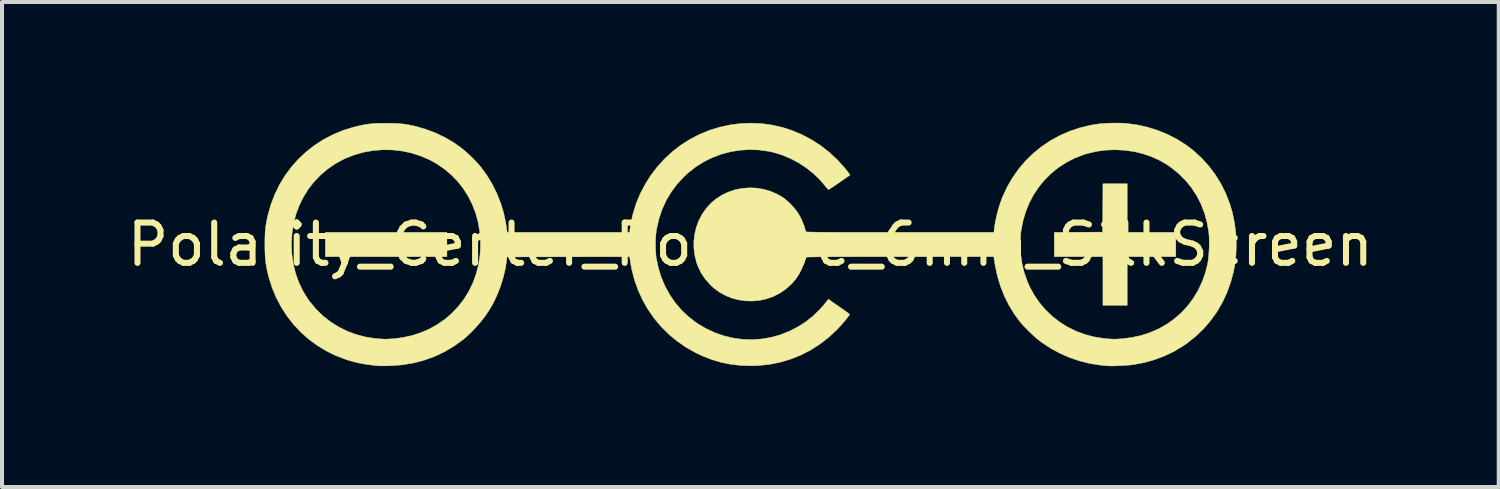
<source format=kicad_pcb>
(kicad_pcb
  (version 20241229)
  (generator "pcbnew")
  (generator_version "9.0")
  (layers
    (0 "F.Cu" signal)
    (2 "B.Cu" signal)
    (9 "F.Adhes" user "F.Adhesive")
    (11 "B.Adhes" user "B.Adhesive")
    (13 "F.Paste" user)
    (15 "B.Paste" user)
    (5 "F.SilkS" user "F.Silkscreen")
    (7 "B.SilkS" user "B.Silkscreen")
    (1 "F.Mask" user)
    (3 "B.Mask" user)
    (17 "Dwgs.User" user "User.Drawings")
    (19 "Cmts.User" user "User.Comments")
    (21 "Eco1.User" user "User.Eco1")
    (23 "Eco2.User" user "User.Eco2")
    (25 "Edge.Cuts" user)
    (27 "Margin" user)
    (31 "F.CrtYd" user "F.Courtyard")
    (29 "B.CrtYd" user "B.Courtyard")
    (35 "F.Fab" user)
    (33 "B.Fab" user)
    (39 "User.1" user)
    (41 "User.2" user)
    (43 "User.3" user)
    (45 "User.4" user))
  (footprint "Polarity_Center_Positive_6mm_SilkScreen"
    (layer "F.Cu")
    (at 15.577 3.02)
    (property "Reference" "Polarity_Center_Positive_6mm_SilkScreen" (at 0 0 0) (layer "F.SilkS") (effects (font (size 1 1) (thickness 0.15))))
    (attr board_only exclude_from_pos_files exclude_from_bom allow_missing_courtyard)
    (fp_poly (pts (xy -7.532 0.302) (xy -10.55 0.302) (xy -10.55 -0.302) (xy -7.532 -0.302) (xy -7.532 0.302)) (stroke (width 0.01) (type solid)) (fill yes) (layer "F.SilkS"))
    (fp_poly (pts (xy 9.355 -0.302) (xy 10.562 -0.302) (xy 10.562 0.302) (xy 9.355 0.302) (xy 9.355 1.509) (xy 8.752 1.509) (xy 8.752 0.302) (xy 7.545 0.302) (xy 7.545 -0.302) (xy 8.145 -0.305) (xy 8.745 -0.308) (xy 8.749 -0.908) (xy 8.752 -1.509) (xy 9.355 -1.509) (xy 9.355 -0.302)) (stroke (width 0.01) (type solid)) (fill yes) (layer "F.SilkS"))
    (fp_poly (pts (xy 9.175 -3.015) (xy 9.284 -3.01) (xy 9.337 -3.006) (xy 9.605 -2.97) (xy 9.869 -2.911) (xy 10.125 -2.829) (xy 10.371 -2.727) (xy 10.606 -2.605) (xy 10.827 -2.464) (xy 11.002 -2.329) (xy 11.202 -2.146) (xy 11.382 -1.947) (xy 11.543 -1.733) (xy 11.684 -1.505) (xy 11.803 -1.264) (xy 11.901 -1.012) (xy 11.965 -0.798) (xy 12.018 -0.544) (xy 12.052 -0.282) (xy 12.064 -0.017) (xy 12.056 0.245) (xy 12.027 0.501) (xy 11.995 0.671) (xy 11.923 0.94) (xy 11.83 1.197) (xy 11.715 1.442) (xy 11.581 1.673) (xy 11.426 1.889) (xy 11.252 2.091) (xy 11.06 2.275) (xy 10.85 2.443) (xy 10.762 2.505) (xy 10.53 2.646) (xy 10.288 2.764) (xy 10.035 2.859) (xy 9.771 2.933) (xy 9.515 2.981) (xy 9.451 2.989) (xy 9.371 2.996) (xy 9.282 3.002) (xy 9.188 3.008) (xy 9.095 3.011) (xy 9.008 3.014) (xy 8.933 3.014) (xy 8.874 3.012) (xy 8.852 3.011) (xy 8.821 3.007) (xy 8.773 3.002) (xy 8.714 2.996) (xy 8.676 2.992) (xy 8.428 2.954) (xy 8.179 2.892) (xy 7.933 2.809) (xy 7.695 2.706) (xy 7.466 2.583) (xy 7.252 2.443) (xy 7.123 2.345) (xy 7.041 2.274) (xy 6.951 2.191) (xy 6.861 2.1) (xy 6.775 2.011) (xy 6.703 1.928) (xy 6.694 1.918) (xy 6.548 1.719) (xy 6.417 1.503) (xy 6.303 1.273) (xy 6.208 1.031) (xy 6.132 0.78) (xy 6.077 0.523) (xy 6.066 0.456) (xy 6.044 0.302) (xy 3.713 0.302) (xy 3.419 0.302) (xy 3.148 0.302) (xy 2.901 0.302) (xy 2.677 0.302) (xy 2.474 0.303) (xy 2.291 0.303) (xy 2.129 0.304) (xy 1.985 0.304) (xy 1.859 0.305) (xy 1.749 0.306) (xy 1.656 0.307) (xy 1.578 0.308) (xy 1.515 0.309) (xy 1.464 0.31) (xy 1.426 0.312) (xy 1.4 0.313) (xy 1.384 0.315) (xy 1.378 0.317) (xy 1.378 0.318) (xy 1.327 0.476) (xy 1.271 0.615) (xy 1.207 0.737) (xy 1.133 0.848) (xy 1.046 0.953) (xy 1.007 0.994) (xy 0.871 1.113) (xy 0.724 1.212) (xy 0.567 1.291) (xy 0.402 1.349) (xy 0.232 1.386) (xy 0.058 1.403) (xy -0.115 1.399) (xy -0.288 1.375) (xy -0.456 1.331) (xy -0.618 1.266) (xy -0.772 1.18) (xy -0.915 1.074) (xy -0.997 0.997) (xy -1.119 0.858) (xy -1.218 0.712) (xy -1.295 0.557) (xy -1.327 0.473) (xy -1.375 0.291) (xy -1.4 0.108) (xy -1.402 0.004) (xy 6.702 0.004) (xy 6.713 0.248) (xy 6.745 0.48) (xy 6.8 0.704) (xy 6.878 0.922) (xy 6.935 1.05) (xy 7.048 1.258) (xy 7.181 1.45) (xy 7.331 1.626) (xy 7.498 1.785) (xy 7.681 1.926) (xy 7.877 2.048) (xy 8.086 2.151) (xy 8.306 2.233) (xy 8.536 2.293) (xy 8.775 2.331) (xy 8.915 2.343) (xy 8.96 2.346) (xy 9 2.348) (xy 9.016 2.349) (xy 9.04 2.349) (xy 9.083 2.347) (xy 9.14 2.344) (xy 9.205 2.34) (xy 9.219 2.339) (xy 9.466 2.309) (xy 9.703 2.257) (xy 9.929 2.183) (xy 10.143 2.089) (xy 10.343 1.975) (xy 10.53 1.841) (xy 10.702 1.69) (xy 10.857 1.522) (xy 10.995 1.337) (xy 11.115 1.137) (xy 11.216 0.923) (xy 11.297 0.695) (xy 11.349 0.49) (xy 11.365 0.396) (xy 11.377 0.284) (xy 11.386 0.16) (xy 11.391 0.033) (xy 11.392 -0.091) (xy 11.388 -0.205) (xy 11.38 -0.298) (xy 11.338 -0.545) (xy 11.274 -0.779) (xy 11.188 -1.002) (xy 11.08 -1.212) (xy 10.952 -1.409) (xy 10.803 -1.592) (xy 10.634 -1.76) (xy 10.445 -1.913) (xy 10.361 -1.971) (xy 10.169 -2.085) (xy 9.963 -2.179) (xy 9.747 -2.253) (xy 9.522 -2.307) (xy 9.291 -2.34) (xy 9.058 -2.352) (xy 8.824 -2.343) (xy 8.592 -2.312) (xy 8.366 -2.259) (xy 8.274 -2.231) (xy 8.05 -2.144) (xy 7.841 -2.036) (xy 7.645 -1.909) (xy 7.465 -1.764) (xy 7.302 -1.601) (xy 7.156 -1.423) (xy 7.028 -1.23) (xy 6.92 -1.024) (xy 6.832 -0.805) (xy 6.765 -0.575) (xy 6.72 -0.335) (xy 6.715 -0.302) (xy 6.711 -0.25) (xy 6.707 -0.181) (xy 6.704 -0.103) (xy 6.702 -0.023) (xy 6.702 0.004) (xy -1.402 0.004) (xy -1.403 -0.074) (xy -1.383 -0.253) (xy -1.342 -0.427) (xy -1.28 -0.594) (xy -1.198 -0.751) (xy -1.096 -0.896) (xy -0.976 -1.028) (xy -0.864 -1.124) (xy -0.713 -1.223) (xy -0.551 -1.302) (xy -0.381 -1.359) (xy -0.205 -1.394) (xy -0.025 -1.408) (xy 0.154 -1.401) (xy 0.332 -1.371) (xy 0.506 -1.32) (xy 0.673 -1.247) (xy 0.811 -1.166) (xy 0.853 -1.135) (xy 0.904 -1.092) (xy 0.957 -1.045) (xy 0.99 -1.014) (xy 1.099 -0.897) (xy 1.19 -0.771) (xy 1.267 -0.632) (xy 1.33 -0.478) (xy 1.378 -0.318) (xy 1.383 -0.316) (xy 1.398 -0.314) (xy 1.423 -0.312) (xy 1.459 -0.311) (xy 1.508 -0.309) (xy 1.57 -0.308) (xy 1.646 -0.307) (xy 1.737 -0.306) (xy 1.845 -0.305) (xy 1.969 -0.304) (xy 2.11 -0.304) (xy 2.271 -0.303) (xy 2.451 -0.303) (xy 2.651 -0.302) (xy 2.873 -0.302) (xy 3.117 -0.302) (xy 3.384 -0.302) (xy 3.676 -0.302) (xy 6.046 -0.302) (xy 6.054 -0.38) (xy 6.077 -0.538) (xy 6.112 -0.707) (xy 6.157 -0.879) (xy 6.208 -1.044) (xy 6.257 -1.174) (xy 6.371 -1.422) (xy 6.506 -1.655) (xy 6.659 -1.873) (xy 6.83 -2.075) (xy 7.018 -2.259) (xy 7.221 -2.425) (xy 7.44 -2.573) (xy 7.672 -2.701) (xy 7.917 -2.809) (xy 8.173 -2.896) (xy 8.44 -2.961) (xy 8.593 -2.987) (xy 8.689 -2.999) (xy 8.803 -3.007) (xy 8.927 -3.013) (xy 9.053 -3.015) (xy 9.175 -3.015)) (stroke (width 0.01) (type solid)) (fill yes) (layer "F.SilkS"))
    (fp_poly (pts (xy 0.284 -3.001) (xy 0.547 -2.965) (xy 0.807 -2.905) (xy 1.012 -2.839) (xy 1.268 -2.734) (xy 1.512 -2.606) (xy 1.744 -2.457) (xy 1.961 -2.288) (xy 2.163 -2.1) (xy 2.349 -1.893) (xy 2.443 -1.772) (xy 2.477 -1.727) (xy 2.217 -1.546) (xy 2.145 -1.496) (xy 2.079 -1.452) (xy 2.023 -1.414) (xy 1.98 -1.386) (xy 1.951 -1.369) (xy 1.941 -1.364) (xy 1.927 -1.374) (xy 1.903 -1.398) (xy 1.876 -1.432) (xy 1.733 -1.602) (xy 1.57 -1.759) (xy 1.391 -1.902) (xy 1.198 -2.028) (xy 0.995 -2.136) (xy 0.783 -2.224) (xy 0.568 -2.289) (xy 0.458 -2.313) (xy 0.217 -2.347) (xy -0.023 -2.356) (xy -0.261 -2.341) (xy -0.494 -2.303) (xy -0.722 -2.242) (xy -0.943 -2.159) (xy -1.154 -2.055) (xy -1.354 -1.929) (xy -1.542 -1.782) (xy -1.66 -1.672) (xy -1.826 -1.49) (xy -1.969 -1.296) (xy -2.091 -1.09) (xy -2.191 -0.872) (xy -2.268 -0.641) (xy -2.324 -0.398) (xy -2.334 -0.34) (xy -2.346 -0.243) (xy -2.352 -0.129) (xy -2.355 -0.007) (xy -2.353 0.115) (xy -2.347 0.229) (xy -2.336 0.328) (xy -2.334 0.338) (xy -2.284 0.58) (xy -2.212 0.813) (xy -2.118 1.035) (xy -2.003 1.244) (xy -1.869 1.44) (xy -1.716 1.62) (xy -1.545 1.784) (xy -1.356 1.931) (xy -1.308 1.964) (xy -1.098 2.088) (xy -0.88 2.189) (xy -0.654 2.267) (xy -0.423 2.322) (xy -0.189 2.354) (xy 0.047 2.361) (xy 0.283 2.344) (xy 0.518 2.304) (xy 0.735 2.244) (xy 0.963 2.155) (xy 1.178 2.045) (xy 1.381 1.915) (xy 1.569 1.764) (xy 1.741 1.595) (xy 1.845 1.474) (xy 1.938 1.357) (xy 1.997 1.399) (xy 2.026 1.42) (xy 2.071 1.451) (xy 2.128 1.491) (xy 2.193 1.536) (xy 2.26 1.583) (xy 2.323 1.627) (xy 2.378 1.666) (xy 2.422 1.698) (xy 2.451 1.72) (xy 2.464 1.732) (xy 2.465 1.732) (xy 2.457 1.749) (xy 2.434 1.781) (xy 2.401 1.825) (xy 2.359 1.877) (xy 2.311 1.934) (xy 2.261 1.993) (xy 2.21 2.049) (xy 2.162 2.1) (xy 2.144 2.118) (xy 1.941 2.307) (xy 1.724 2.474) (xy 1.496 2.62) (xy 1.257 2.743) (xy 1.009 2.843) (xy 0.751 2.92) (xy 0.486 2.974) (xy 0.214 3.004) (xy 0.013 3.01) (xy -0.244 3.001) (xy -0.486 2.974) (xy -0.719 2.927) (xy -0.947 2.86) (xy -1.175 2.772) (xy -1.349 2.691) (xy -1.587 2.558) (xy -1.811 2.404) (xy -2.02 2.232) (xy -2.212 2.041) (xy -2.386 1.834) (xy -2.541 1.611) (xy -2.676 1.374) (xy -2.789 1.127) (xy -2.878 0.876) (xy -2.944 0.619) (xy -2.97 0.477) (xy -2.998 0.302) (xy -6.042 0.308) (xy -6.051 0.396) (xy -6.084 0.609) (xy -6.137 0.829) (xy -6.207 1.05) (xy -6.292 1.265) (xy -6.39 1.469) (xy -6.494 1.647) (xy -6.592 1.789) (xy -6.704 1.931) (xy -6.825 2.07) (xy -6.95 2.199) (xy -7.074 2.313) (xy -7.133 2.362) (xy -7.359 2.524) (xy -7.594 2.663) (xy -7.838 2.778) (xy -8.093 2.871) (xy -8.357 2.94) (xy -8.631 2.986) (xy -8.914 3.009) (xy -8.972 3.01) (xy -9.049 3.012) (xy -9.12 3.012) (xy -9.181 3.012) (xy -9.227 3.012) (xy -9.248 3.01) (xy -9.419 2.991) (xy -9.571 2.969) (xy -9.71 2.943) (xy -9.843 2.912) (xy -9.976 2.874) (xy -10.041 2.853) (xy -10.291 2.758) (xy -10.529 2.641) (xy -10.754 2.504) (xy -10.965 2.349) (xy -11.161 2.175) (xy -11.34 1.984) (xy -11.501 1.777) (xy -11.644 1.556) (xy -11.768 1.322) (xy -11.871 1.075) (xy -11.953 0.817) (xy -11.97 0.752) (xy -11.995 0.641) (xy -12.015 0.541) (xy -12.03 0.446) (xy -12.041 0.351) (xy -12.047 0.249) (xy -12.051 0.134) (xy -12.052 0) (xy -12.052 -0.006) (xy -11.392 -0.006) (xy -11.381 0.243) (xy -11.346 0.486) (xy -11.288 0.719) (xy -11.208 0.942) (xy -11.106 1.155) (xy -10.982 1.356) (xy -10.929 1.429) (xy -10.776 1.61) (xy -10.607 1.774) (xy -10.423 1.918) (xy -10.225 2.043) (xy -10.015 2.148) (xy -9.794 2.231) (xy -9.565 2.292) (xy -9.33 2.33) (xy -9.236 2.338) (xy -9.177 2.342) (xy -9.126 2.346) (xy -9.088 2.348) (xy -9.072 2.349) (xy -9.051 2.349) (xy -9.01 2.347) (xy -8.955 2.344) (xy -8.89 2.34) (xy -8.872 2.339) (xy -8.627 2.309) (xy -8.393 2.257) (xy -8.169 2.184) (xy -7.956 2.09) (xy -7.757 1.977) (xy -7.571 1.846) (xy -7.401 1.698) (xy -7.246 1.533) (xy -7.108 1.354) (xy -6.989 1.16) (xy -6.888 0.954) (xy -6.808 0.735) (xy -6.749 0.505) (xy -6.712 0.266) (xy -6.704 0.17) (xy -6.699 -0.079) (xy -6.718 -0.322) (xy -6.759 -0.557) (xy -6.821 -0.784) (xy -6.905 -1) (xy -7.009 -1.206) (xy -7.133 -1.399) (xy -7.276 -1.578) (xy -7.437 -1.742) (xy -7.616 -1.89) (xy -7.812 -2.021) (xy -7.966 -2.104) (xy -8.185 -2.199) (xy -8.412 -2.272) (xy -8.646 -2.321) (xy -8.883 -2.348) (xy -9.122 -2.352) (xy -9.361 -2.333) (xy -9.596 -2.292) (xy -9.826 -2.227) (xy -10.048 -2.14) (xy -10.094 -2.119) (xy -10.304 -2.005) (xy -10.497 -1.872) (xy -10.674 -1.722) (xy -10.833 -1.555) (xy -10.974 -1.374) (xy -11.096 -1.178) (xy -11.198 -0.97) (xy -11.28 -0.751) (xy -11.339 -0.522) (xy -11.377 -0.285) (xy -11.392 -0.039) (xy -11.392 -0.006) (xy -12.052 -0.006) (xy -12.051 -0.134) (xy -12.048 -0.249) (xy -12.041 -0.351) (xy -12.031 -0.446) (xy -12.016 -0.541) (xy -11.996 -0.641) (xy -11.975 -0.736) (xy -11.901 -0.997) (xy -11.805 -1.248) (xy -11.688 -1.486) (xy -11.551 -1.712) (xy -11.395 -1.922) (xy -11.222 -2.118) (xy -11.031 -2.297) (xy -10.825 -2.458) (xy -10.605 -2.602) (xy -10.37 -2.725) (xy -10.123 -2.829) (xy -9.865 -2.91) (xy -9.745 -2.94) (xy -9.642 -2.962) (xy -9.55 -2.98) (xy -9.465 -2.992) (xy -9.379 -3.001) (xy -9.288 -3.007) (xy -9.184 -3.01) (xy -9.063 -3.011) (xy -9.035 -3.011) (xy -8.9 -3.01) (xy -8.784 -3.006) (xy -8.681 -2.999) (xy -8.584 -2.988) (xy -8.486 -2.972) (xy -8.383 -2.951) (xy -8.312 -2.935) (xy -8.067 -2.865) (xy -7.825 -2.774) (xy -7.591 -2.663) (xy -7.37 -2.534) (xy -7.178 -2.399) (xy -7.087 -2.324) (xy -6.988 -2.236) (xy -6.889 -2.141) (xy -6.796 -2.045) (xy -6.716 -1.954) (xy -6.696 -1.93) (xy -6.545 -1.725) (xy -6.411 -1.504) (xy -6.295 -1.272) (xy -6.199 -1.031) (xy -6.124 -0.786) (xy -6.072 -0.54) (xy -6.061 -0.465) (xy -6.054 -0.413) (xy -6.047 -0.367) (xy -6.042 -0.335) (xy -6.041 -0.33) (xy -6.035 -0.302) (xy -2.993 -0.302) (xy -2.993 -0.332) (xy -2.99 -0.364) (xy -2.983 -0.415) (xy -2.972 -0.48) (xy -2.959 -0.553) (xy -2.944 -0.627) (xy -2.929 -0.699) (xy -2.914 -0.761) (xy -2.911 -0.772) (xy -2.834 -1.02) (xy -2.733 -1.263) (xy -2.61 -1.497) (xy -2.468 -1.721) (xy -2.306 -1.932) (xy -2.127 -2.129) (xy -1.932 -2.309) (xy -1.735 -2.462) (xy -1.507 -2.607) (xy -1.269 -2.731) (xy -1.022 -2.833) (xy -0.768 -2.912) (xy -0.508 -2.969) (xy -0.245 -3.003) (xy 0.019 -3.014) (xy 0.284 -3.001)) (stroke (width 0.01) (type solid)) (fill yes) (layer "F.SilkS")))
  (gr_rect
    (start -3 -3)
    (end 34.155 9.04)
    (stroke (width 0.1) (type default))
    (fill no)
    (layer "Edge.Cuts")))
</source>
